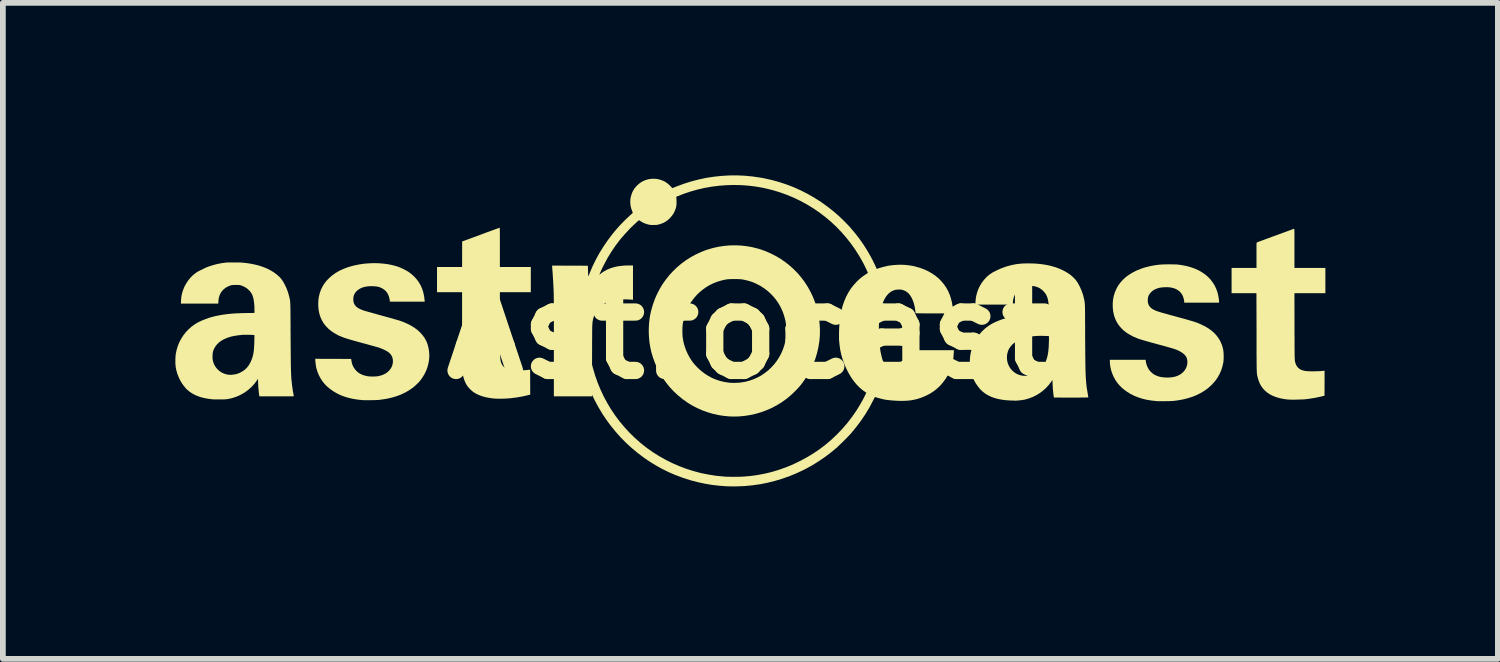
<source format=kicad_pcb>
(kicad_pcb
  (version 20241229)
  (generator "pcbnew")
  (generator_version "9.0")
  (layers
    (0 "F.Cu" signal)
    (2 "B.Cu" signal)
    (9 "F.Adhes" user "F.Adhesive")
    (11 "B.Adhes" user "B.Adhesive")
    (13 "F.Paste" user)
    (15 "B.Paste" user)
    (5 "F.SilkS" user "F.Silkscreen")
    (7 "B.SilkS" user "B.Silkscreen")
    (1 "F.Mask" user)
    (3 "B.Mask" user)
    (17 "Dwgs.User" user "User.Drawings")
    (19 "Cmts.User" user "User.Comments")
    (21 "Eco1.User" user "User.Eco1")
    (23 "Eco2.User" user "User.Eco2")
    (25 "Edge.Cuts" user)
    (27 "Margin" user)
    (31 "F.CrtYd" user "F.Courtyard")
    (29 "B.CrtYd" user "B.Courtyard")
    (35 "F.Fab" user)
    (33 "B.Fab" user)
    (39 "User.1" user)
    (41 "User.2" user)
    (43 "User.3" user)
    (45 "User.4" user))
  (footprint "Astrocast"
    (layer "F.Cu")
    (at 9.997 2.703)
    (property "Reference" "Astrocast" (at 0 0 0) (layer "F.SilkS") (effects (font (size 1.524 1.524) (thickness 0.3))))
    (attr board_only exclude_from_pos_files exclude_from_bom)
    (fp_poly (pts (xy -4.358 -1.792) (xy -4.358 -1.79) (xy -4.357 -1.786) (xy -4.356 -1.781) (xy -4.356 -1.773) (xy -4.355 -1.762) (xy -4.355 -1.748) (xy -4.355 -1.731) (xy -4.355 -1.71) (xy -4.354 -1.684) (xy -4.354 -1.654) (xy -4.354 -1.618) (xy -4.354 -1.578) (xy -4.354 -1.531) (xy -4.354 -1.478) (xy -4.354 -1.452) (xy -4.354 -1.11) (xy -3.816 -1.11) (xy -3.816 -0.671) (xy -4.354 -0.671) (xy -4.354 -0.166) (xy -4.354 -0.087) (xy -4.354 -0.015) (xy -4.354 0.051) (xy -4.354 0.111) (xy -4.354 0.165) (xy -4.353 0.214) (xy -4.353 0.258) (xy -4.353 0.298) (xy -4.352 0.333) (xy -4.351 0.365) (xy -4.351 0.392) (xy -4.35 0.417) (xy -4.349 0.438) (xy -4.348 0.456) (xy -4.347 0.472) (xy -4.346 0.486) (xy -4.344 0.498) (xy -4.343 0.509) (xy -4.341 0.518) (xy -4.341 0.521) (xy -4.331 0.556) (xy -4.318 0.586) (xy -4.3 0.612) (xy -4.278 0.634) (xy -4.251 0.652) (xy -4.219 0.666) (xy -4.181 0.677) (xy -4.138 0.684) (xy -4.135 0.684) (xy -4.121 0.686) (xy -4.102 0.686) (xy -4.078 0.687) (xy -4.051 0.687) (xy -4.022 0.687) (xy -3.992 0.686) (xy -3.963 0.686) (xy -3.935 0.685) (xy -3.91 0.684) (xy -3.889 0.682) (xy -3.876 0.681) (xy -3.861 0.679) (xy -3.848 0.678) (xy -3.839 0.677) (xy -3.837 0.677) (xy -3.828 0.676) (xy -3.827 0.893) (xy -3.826 1.11) (xy -3.839 1.113) (xy -3.954 1.14) (xy -4.068 1.16) (xy -4.185 1.174) (xy -4.24 1.178) (xy -4.268 1.179) (xy -4.299 1.18) (xy -4.333 1.181) (xy -4.366 1.181) (xy -4.399 1.18) (xy -4.428 1.179) (xy -4.453 1.178) (xy -4.455 1.178) (xy -4.525 1.169) (xy -4.592 1.157) (xy -4.655 1.14) (xy -4.712 1.12) (xy -4.765 1.095) (xy -4.809 1.069) (xy -4.826 1.056) (xy -4.845 1.04) (xy -4.866 1.021) (xy -4.885 1.001) (xy -4.903 0.981) (xy -4.917 0.964) (xy -4.923 0.955) (xy -4.95 0.909) (xy -4.971 0.86) (xy -4.988 0.806) (xy -5.001 0.748) (xy -5.008 0.695) (xy -5.008 0.687) (xy -5.009 0.672) (xy -5.009 0.651) (xy -5.009 0.623) (xy -5.01 0.588) (xy -5.01 0.548) (xy -5.01 0.501) (xy -5.011 0.449) (xy -5.011 0.39) (xy -5.011 0.326) (xy -5.011 0.256) (xy -5.011 0.18) (xy -5.011 0.099) (xy -5.011 0.013) (xy -5.011 -0.671) (xy -5.447 -0.671) (xy -5.447 -1.11) (xy -5.011 -1.11) (xy -5.01 -1.554) (xy -4.688 -1.672) (xy -4.643 -1.689) (xy -4.6 -1.705) (xy -4.559 -1.72) (xy -4.52 -1.734) (xy -4.485 -1.747) (xy -4.453 -1.758) (xy -4.425 -1.769) (xy -4.402 -1.777) (xy -4.383 -1.784) (xy -4.37 -1.789) (xy -4.362 -1.792) (xy -4.36 -1.793) (xy -4.359 -1.793)) (stroke (width 0) (type solid)) (fill yes) (layer "F.SilkS"))
    (fp_poly (pts (xy 9.46 -1.775) (xy 9.461 -1.773) (xy 9.461 -1.769) (xy 9.462 -1.764) (xy 9.462 -1.756) (xy 9.463 -1.745) (xy 9.463 -1.732) (xy 9.463 -1.714) (xy 9.464 -1.693) (xy 9.464 -1.668) (xy 9.464 -1.637) (xy 9.464 -1.602) (xy 9.464 -1.561) (xy 9.464 -1.514) (xy 9.464 -1.462) (xy 9.464 -1.435) (xy 9.464 -1.093) (xy 10.002 -1.093) (xy 10.002 -0.654) (xy 9.464 -0.654) (xy 9.465 -0.083) (xy 9.465 -0.008) (xy 9.465 0.06) (xy 9.466 0.121) (xy 9.466 0.177) (xy 9.466 0.227) (xy 9.466 0.272) (xy 9.466 0.313) (xy 9.467 0.348) (xy 9.467 0.38) (xy 9.467 0.408) (xy 9.468 0.432) (xy 9.468 0.452) (xy 9.469 0.47) (xy 9.47 0.486) (xy 9.47 0.499) (xy 9.471 0.51) (xy 9.472 0.519) (xy 9.473 0.527) (xy 9.474 0.535) (xy 9.476 0.541) (xy 9.477 0.547) (xy 9.479 0.554) (xy 9.481 0.56) (xy 9.481 0.562) (xy 9.493 0.592) (xy 9.509 0.62) (xy 9.53 0.644) (xy 9.554 0.664) (xy 9.565 0.67) (xy 9.584 0.679) (xy 9.605 0.687) (xy 9.627 0.693) (xy 9.651 0.698) (xy 9.678 0.701) (xy 9.71 0.703) (xy 9.747 0.704) (xy 9.784 0.705) (xy 9.816 0.704) (xy 9.844 0.704) (xy 9.868 0.703) (xy 9.892 0.702) (xy 9.917 0.7) (xy 9.945 0.698) (xy 9.965 0.696) (xy 9.988 0.694) (xy 9.988 0.911) (xy 9.987 1.128) (xy 9.95 1.138) (xy 9.892 1.151) (xy 9.829 1.164) (xy 9.764 1.175) (xy 9.698 1.185) (xy 9.653 1.19) (xy 9.634 1.192) (xy 9.61 1.193) (xy 9.582 1.194) (xy 9.552 1.195) (xy 9.519 1.196) (xy 9.486 1.197) (xy 9.454 1.197) (xy 9.423 1.197) (xy 9.396 1.197) (xy 9.372 1.196) (xy 9.354 1.195) (xy 9.348 1.195) (xy 9.275 1.185) (xy 9.208 1.171) (xy 9.146 1.153) (xy 9.089 1.131) (xy 9.037 1.105) (xy 8.991 1.074) (xy 8.95 1.039) (xy 8.914 1) (xy 8.883 0.957) (xy 8.858 0.909) (xy 8.838 0.857) (xy 8.826 0.817) (xy 8.824 0.808) (xy 8.822 0.799) (xy 8.82 0.791) (xy 8.818 0.783) (xy 8.816 0.775) (xy 8.815 0.766) (xy 8.813 0.757) (xy 8.812 0.747) (xy 8.811 0.735) (xy 8.81 0.722) (xy 8.809 0.707) (xy 8.809 0.69) (xy 8.808 0.67) (xy 8.807 0.648) (xy 8.807 0.622) (xy 8.807 0.593) (xy 8.806 0.56) (xy 8.806 0.523) (xy 8.806 0.482) (xy 8.805 0.436) (xy 8.805 0.385) (xy 8.805 0.33) (xy 8.805 0.268) (xy 8.805 0.201) (xy 8.805 0.127) (xy 8.805 0.048) (xy 8.805 0.025) (xy 8.803 -0.654) (xy 8.371 -0.654) (xy 8.371 -1.093) (xy 8.804 -1.093) (xy 8.804 -1.314) (xy 8.804 -1.358) (xy 8.804 -1.396) (xy 8.804 -1.428) (xy 8.804 -1.455) (xy 8.804 -1.477) (xy 8.804 -1.495) (xy 8.805 -1.508) (xy 8.805 -1.519) (xy 8.806 -1.526) (xy 8.807 -1.531) (xy 8.807 -1.534) (xy 8.808 -1.536) (xy 8.81 -1.537) (xy 8.81 -1.537) (xy 8.814 -1.538) (xy 8.824 -1.542) (xy 8.839 -1.548) (xy 8.859 -1.555) (xy 8.885 -1.565) (xy 8.914 -1.575) (xy 8.947 -1.588) (xy 8.983 -1.601) (xy 9.023 -1.615) (xy 9.064 -1.631) (xy 9.108 -1.647) (xy 9.134 -1.656) (xy 9.179 -1.673) (xy 9.221 -1.688) (xy 9.262 -1.703) (xy 9.3 -1.717) (xy 9.335 -1.73) (xy 9.367 -1.742) (xy 9.395 -1.752) (xy 9.418 -1.761) (xy 9.436 -1.767) (xy 9.449 -1.772) (xy 9.457 -1.775) (xy 9.458 -1.775) (xy 9.459 -1.776)) (stroke (width 0) (type solid)) (fill yes) (layer "F.SilkS"))
    (fp_poly (pts (xy -0.162 -1.483) (xy -0.064 -1.472) (xy 0.033 -1.455) (xy 0.129 -1.431) (xy 0.174 -1.418) (xy 0.269 -1.384) (xy 0.36 -1.344) (xy 0.448 -1.299) (xy 0.532 -1.249) (xy 0.612 -1.193) (xy 0.688 -1.133) (xy 0.76 -1.067) (xy 0.828 -0.998) (xy 0.89 -0.924) (xy 0.948 -0.846) (xy 1.001 -0.764) (xy 1.048 -0.679) (xy 1.09 -0.591) (xy 1.126 -0.499) (xy 1.156 -0.405) (xy 1.179 -0.312) (xy 1.197 -0.216) (xy 1.207 -0.119) (xy 1.212 -0.021) (xy 1.211 0.077) (xy 1.203 0.174) (xy 1.2 0.197) (xy 1.183 0.296) (xy 1.16 0.394) (xy 1.131 0.489) (xy 1.095 0.582) (xy 1.053 0.672) (xy 1.005 0.76) (xy 0.95 0.845) (xy 0.89 0.928) (xy 0.88 0.94) (xy 0.849 0.977) (xy 0.813 1.016) (xy 0.773 1.056) (xy 0.732 1.096) (xy 0.69 1.134) (xy 0.648 1.169) (xy 0.622 1.189) (xy 0.542 1.246) (xy 0.458 1.297) (xy 0.371 1.343) (xy 0.281 1.382) (xy 0.188 1.416) (xy 0.093 1.444) (xy -0.003 1.465) (xy -0.1 1.48) (xy -0.199 1.489) (xy -0.298 1.491) (xy -0.359 1.489) (xy -0.457 1.48) (xy -0.554 1.465) (xy -0.65 1.443) (xy -0.745 1.415) (xy -0.838 1.381) (xy -0.928 1.341) (xy -0.94 1.334) (xy -0.969 1.32) (xy -0.993 1.307) (xy -1.016 1.294) (xy -1.039 1.281) (xy -1.063 1.266) (xy -1.091 1.248) (xy -1.101 1.241) (xy -1.183 1.183) (xy -1.26 1.119) (xy -1.332 1.052) (xy -1.4 0.979) (xy -1.462 0.903) (xy -1.519 0.822) (xy -1.571 0.738) (xy -1.617 0.65) (xy -1.657 0.559) (xy -1.691 0.466) (xy -1.72 0.369) (xy -1.723 0.357) (xy -1.738 0.286) (xy -1.75 0.216) (xy -1.758 0.146) (xy -1.763 0.074) (xy -1.765 0.002) (xy -1.18 0.002) (xy -1.179 0.039) (xy -1.178 0.073) (xy -1.176 0.104) (xy -1.173 0.124) (xy -1.16 0.199) (xy -1.14 0.27) (xy -1.116 0.338) (xy -1.088 0.4) (xy -1.059 0.455) (xy -1.028 0.505) (xy -0.995 0.552) (xy -0.957 0.597) (xy -0.914 0.642) (xy -0.913 0.643) (xy -0.854 0.697) (xy -0.792 0.744) (xy -0.727 0.786) (xy -0.659 0.822) (xy -0.588 0.851) (xy -0.513 0.875) (xy -0.436 0.892) (xy -0.356 0.903) (xy -0.354 0.903) (xy -0.337 0.904) (xy -0.315 0.905) (xy -0.29 0.905) (xy -0.262 0.905) (xy -0.235 0.904) (xy -0.209 0.903) (xy -0.187 0.902) (xy -0.174 0.9) (xy -0.096 0.888) (xy -0.02 0.869) (xy 0.053 0.844) (xy 0.124 0.813) (xy 0.192 0.776) (xy 0.256 0.732) (xy 0.317 0.684) (xy 0.362 0.641) (xy 0.415 0.584) (xy 0.462 0.523) (xy 0.503 0.46) (xy 0.538 0.394) (xy 0.568 0.325) (xy 0.592 0.255) (xy 0.61 0.183) (xy 0.622 0.111) (xy 0.628 0.037) (xy 0.628 -0.036) (xy 0.622 -0.11) (xy 0.61 -0.183) (xy 0.591 -0.255) (xy 0.567 -0.326) (xy 0.537 -0.395) (xy 0.5 -0.463) (xy 0.467 -0.514) (xy 0.42 -0.576) (xy 0.367 -0.634) (xy 0.31 -0.687) (xy 0.249 -0.734) (xy 0.184 -0.777) (xy 0.124 -0.809) (xy 0.09 -0.825) (xy 0.059 -0.839) (xy 0.03 -0.85) (xy 0.001 -0.86) (xy -0.029 -0.869) (xy -0.053 -0.875) (xy -0.083 -0.882) (xy -0.109 -0.888) (xy -0.134 -0.893) (xy -0.158 -0.896) (xy -0.183 -0.898) (xy -0.21 -0.899) (xy -0.241 -0.9) (xy -0.278 -0.9) (xy -0.279 -0.9) (xy -0.316 -0.9) (xy -0.347 -0.899) (xy -0.374 -0.898) (xy -0.4 -0.895) (xy -0.424 -0.892) (xy -0.45 -0.887) (xy -0.477 -0.881) (xy -0.497 -0.876) (xy -0.568 -0.855) (xy -0.638 -0.828) (xy -0.706 -0.795) (xy -0.771 -0.756) (xy -0.833 -0.711) (xy -0.891 -0.662) (xy -0.93 -0.623) (xy -0.982 -0.564) (xy -1.028 -0.501) (xy -1.069 -0.435) (xy -1.103 -0.365) (xy -1.132 -0.293) (xy -1.154 -0.217) (xy -1.17 -0.139) (xy -1.172 -0.131) (xy -1.175 -0.103) (xy -1.178 -0.071) (xy -1.179 -0.035) (xy -1.18 0.002) (xy -1.765 0.002) (xy -1.765 0.002) (xy -1.763 -0.074) (xy -1.758 -0.147) (xy -1.75 -0.216) (xy -1.738 -0.286) (xy -1.722 -0.354) (xy -1.695 -0.45) (xy -1.662 -0.544) (xy -1.623 -0.634) (xy -1.578 -0.722) (xy -1.528 -0.806) (xy -1.472 -0.886) (xy -1.412 -0.962) (xy -1.346 -1.034) (xy -1.276 -1.102) (xy -1.202 -1.165) (xy -1.124 -1.223) (xy -1.041 -1.276) (xy -0.955 -1.324) (xy -0.865 -1.366) (xy -0.773 -1.403) (xy -0.748 -1.411) (xy -0.653 -1.439) (xy -0.556 -1.461) (xy -0.458 -1.476) (xy -0.36 -1.485) (xy -0.261 -1.487)) (stroke (width 0) (type solid)) (fill yes) (layer "F.SilkS"))
    (fp_poly (pts (xy -6.463 -1.175) (xy -6.384 -1.169) (xy -6.306 -1.159) (xy -6.23 -1.144) (xy -6.158 -1.125) (xy -6.128 -1.115) (xy -6.108 -1.108) (xy -6.084 -1.098) (xy -6.059 -1.087) (xy -6.037 -1.077) (xy -6.031 -1.074) (xy -5.985 -1.05) (xy -5.943 -1.025) (xy -5.906 -0.998) (xy -5.87 -0.968) (xy -5.835 -0.934) (xy -5.833 -0.932) (xy -5.793 -0.886) (xy -5.759 -0.838) (xy -5.73 -0.787) (xy -5.706 -0.732) (xy -5.687 -0.673) (xy -5.673 -0.61) (xy -5.664 -0.542) (xy -5.663 -0.532) (xy -5.661 -0.507) (xy -6.266 -0.507) (xy -6.27 -0.538) (xy -6.279 -0.582) (xy -6.293 -0.622) (xy -6.312 -0.658) (xy -6.337 -0.69) (xy -6.366 -0.716) (xy -6.4 -0.738) (xy -6.439 -0.756) (xy -6.448 -0.759) (xy -6.477 -0.767) (xy -6.509 -0.772) (xy -6.544 -0.775) (xy -6.584 -0.776) (xy -6.585 -0.776) (xy -6.635 -0.775) (xy -6.679 -0.769) (xy -6.72 -0.761) (xy -6.756 -0.748) (xy -6.784 -0.735) (xy -6.819 -0.713) (xy -6.848 -0.688) (xy -6.871 -0.66) (xy -6.888 -0.63) (xy -6.899 -0.596) (xy -6.903 -0.56) (xy -6.903 -0.536) (xy -6.899 -0.505) (xy -6.891 -0.477) (xy -6.878 -0.452) (xy -6.861 -0.43) (xy -6.839 -0.41) (xy -6.812 -0.392) (xy -6.778 -0.375) (xy -6.739 -0.359) (xy -6.72 -0.352) (xy -6.709 -0.349) (xy -6.693 -0.344) (xy -6.671 -0.338) (xy -6.644 -0.33) (xy -6.613 -0.322) (xy -6.579 -0.312) (xy -6.542 -0.302) (xy -6.503 -0.291) (xy -6.462 -0.279) (xy -6.42 -0.268) (xy -6.412 -0.265) (xy -6.359 -0.251) (xy -6.313 -0.238) (xy -6.272 -0.227) (xy -6.236 -0.217) (xy -6.204 -0.208) (xy -6.177 -0.2) (xy -6.153 -0.193) (xy -6.133 -0.187) (xy -6.115 -0.182) (xy -6.099 -0.177) (xy -6.084 -0.172) (xy -6.071 -0.167) (xy -6.058 -0.162) (xy -6.045 -0.158) (xy -6.032 -0.153) (xy -6.027 -0.151) (xy -5.961 -0.122) (xy -5.9 -0.091) (xy -5.845 -0.057) (xy -5.795 -0.021) (xy -5.75 0.019) (xy -5.735 0.035) (xy -5.696 0.079) (xy -5.663 0.124) (xy -5.636 0.173) (xy -5.615 0.224) (xy -5.599 0.279) (xy -5.588 0.338) (xy -5.583 0.382) (xy -5.581 0.446) (xy -5.586 0.51) (xy -5.598 0.574) (xy -5.615 0.637) (xy -5.638 0.699) (xy -5.668 0.759) (xy -5.703 0.816) (xy -5.738 0.863) (xy -5.754 0.883) (xy -5.775 0.905) (xy -5.799 0.928) (xy -5.823 0.951) (xy -5.847 0.972) (xy -5.869 0.991) (xy -5.874 0.994) (xy -5.937 1.037) (xy -6.004 1.075) (xy -6.075 1.109) (xy -6.151 1.137) (xy -6.231 1.161) (xy -6.317 1.181) (xy -6.407 1.195) (xy -6.461 1.202) (xy -6.477 1.203) (xy -6.499 1.204) (xy -6.525 1.205) (xy -6.554 1.206) (xy -6.584 1.206) (xy -6.616 1.207) (xy -6.647 1.207) (xy -6.676 1.207) (xy -6.703 1.207) (xy -6.725 1.206) (xy -6.741 1.205) (xy -6.742 1.205) (xy -6.829 1.196) (xy -6.911 1.183) (xy -6.988 1.165) (xy -7.061 1.143) (xy -7.129 1.117) (xy -7.193 1.085) (xy -7.254 1.049) (xy -7.311 1.008) (xy -7.36 0.967) (xy -7.402 0.924) (xy -7.44 0.877) (xy -7.473 0.826) (xy -7.502 0.771) (xy -7.526 0.713) (xy -7.544 0.654) (xy -7.551 0.622) (xy -7.554 0.603) (xy -7.557 0.58) (xy -7.56 0.556) (xy -7.562 0.533) (xy -7.564 0.512) (xy -7.564 0.496) (xy -7.565 0.487) (xy -7.252 0.488) (xy -6.94 0.489) (xy -6.937 0.512) (xy -6.929 0.556) (xy -6.915 0.599) (xy -6.895 0.638) (xy -6.87 0.674) (xy -6.849 0.698) (xy -6.819 0.724) (xy -6.786 0.746) (xy -6.749 0.764) (xy -6.707 0.778) (xy -6.66 0.788) (xy -6.659 0.789) (xy -6.637 0.792) (xy -6.611 0.794) (xy -6.583 0.795) (xy -6.553 0.795) (xy -6.524 0.794) (xy -6.498 0.792) (xy -6.476 0.79) (xy -6.47 0.789) (xy -6.423 0.777) (xy -6.381 0.762) (xy -6.345 0.744) (xy -6.312 0.722) (xy -6.287 0.699) (xy -6.26 0.668) (xy -6.239 0.635) (xy -6.225 0.6) (xy -6.216 0.561) (xy -6.214 0.54) (xy -6.215 0.503) (xy -6.222 0.468) (xy -6.235 0.437) (xy -6.254 0.408) (xy -6.28 0.381) (xy -6.305 0.363) (xy -6.327 0.349) (xy -6.353 0.336) (xy -6.382 0.322) (xy -6.413 0.309) (xy -6.442 0.298) (xy -6.446 0.296) (xy -6.456 0.293) (xy -6.472 0.288) (xy -6.493 0.282) (xy -6.519 0.275) (xy -6.549 0.266) (xy -6.583 0.257) (xy -6.619 0.247) (xy -6.657 0.236) (xy -6.696 0.225) (xy -6.725 0.218) (xy -6.783 0.202) (xy -6.835 0.188) (xy -6.881 0.175) (xy -6.922 0.163) (xy -6.958 0.153) (xy -6.991 0.143) (xy -7.02 0.134) (xy -7.045 0.126) (xy -7.068 0.118) (xy -7.089 0.11) (xy -7.108 0.103) (xy -7.126 0.095) (xy -7.143 0.088) (xy -7.161 0.08) (xy -7.178 0.071) (xy -7.237 0.038) (xy -7.291 0.001) (xy -7.339 -0.039) (xy -7.381 -0.083) (xy -7.418 -0.13) (xy -7.448 -0.181) (xy -7.473 -0.235) (xy -7.492 -0.293) (xy -7.505 -0.354) (xy -7.512 -0.419) (xy -7.513 -0.467) (xy -7.51 -0.534) (xy -7.501 -0.598) (xy -7.485 -0.66) (xy -7.463 -0.72) (xy -7.435 -0.776) (xy -7.43 -0.785) (xy -7.4 -0.83) (xy -7.364 -0.875) (xy -7.322 -0.918) (xy -7.277 -0.958) (xy -7.227 -0.995) (xy -7.204 -1.01) (xy -7.145 -1.044) (xy -7.08 -1.074) (xy -7.011 -1.101) (xy -6.939 -1.123) (xy -6.863 -1.142) (xy -6.785 -1.157) (xy -6.706 -1.168) (xy -6.625 -1.174) (xy -6.544 -1.177)) (stroke (width 0) (type solid)) (fill yes) (layer "F.SilkS"))
    (fp_poly (pts (xy 7.322 -1.156) (xy 7.353 -1.155) (xy 7.38 -1.155) (xy 7.404 -1.154) (xy 7.425 -1.153) (xy 7.445 -1.151) (xy 7.466 -1.148) (xy 7.487 -1.145) (xy 7.512 -1.141) (xy 7.518 -1.14) (xy 7.595 -1.125) (xy 7.667 -1.104) (xy 7.735 -1.08) (xy 7.799 -1.051) (xy 7.857 -1.017) (xy 7.911 -0.98) (xy 7.96 -0.938) (xy 8.004 -0.893) (xy 8.042 -0.843) (xy 8.075 -0.791) (xy 8.102 -0.734) (xy 8.124 -0.675) (xy 8.139 -0.613) (xy 8.144 -0.586) (xy 8.148 -0.56) (xy 8.151 -0.536) (xy 8.153 -0.516) (xy 8.153 -0.505) (xy 8.153 -0.49) (xy 7.547 -0.49) (xy 7.547 -0.504) (xy 7.547 -0.514) (xy 7.545 -0.528) (xy 7.542 -0.543) (xy 7.542 -0.544) (xy 7.53 -0.586) (xy 7.514 -0.624) (xy 7.492 -0.657) (xy 7.465 -0.686) (xy 7.433 -0.71) (xy 7.396 -0.73) (xy 7.355 -0.744) (xy 7.309 -0.754) (xy 7.292 -0.756) (xy 7.269 -0.758) (xy 7.242 -0.759) (xy 7.213 -0.758) (xy 7.183 -0.757) (xy 7.156 -0.754) (xy 7.132 -0.751) (xy 7.124 -0.75) (xy 7.078 -0.737) (xy 7.036 -0.72) (xy 7 -0.698) (xy 6.97 -0.672) (xy 6.947 -0.645) (xy 6.93 -0.617) (xy 6.919 -0.586) (xy 6.914 -0.552) (xy 6.913 -0.534) (xy 6.915 -0.499) (xy 6.922 -0.468) (xy 6.934 -0.441) (xy 6.951 -0.416) (xy 6.974 -0.394) (xy 7.003 -0.374) (xy 7.038 -0.356) (xy 7.055 -0.349) (xy 7.064 -0.346) (xy 7.072 -0.343) (xy 7.082 -0.339) (xy 7.093 -0.336) (xy 7.106 -0.331) (xy 7.121 -0.327) (xy 7.139 -0.321) (xy 7.16 -0.315) (xy 7.185 -0.308) (xy 7.214 -0.3) (xy 7.247 -0.291) (xy 7.285 -0.28) (xy 7.328 -0.268) (xy 7.377 -0.255) (xy 7.431 -0.24) (xy 7.486 -0.225) (xy 7.534 -0.212) (xy 7.577 -0.2) (xy 7.615 -0.189) (xy 7.649 -0.179) (xy 7.679 -0.171) (xy 7.705 -0.163) (xy 7.728 -0.155) (xy 7.749 -0.148) (xy 7.768 -0.142) (xy 7.785 -0.135) (xy 7.802 -0.128) (xy 7.818 -0.121) (xy 7.834 -0.114) (xy 7.851 -0.106) (xy 7.866 -0.099) (xy 7.929 -0.066) (xy 7.987 -0.029) (xy 8.038 0.01) (xy 8.084 0.053) (xy 8.123 0.099) (xy 8.156 0.147) (xy 8.184 0.2) (xy 8.206 0.255) (xy 8.222 0.314) (xy 8.226 0.334) (xy 8.229 0.358) (xy 8.232 0.387) (xy 8.233 0.419) (xy 8.233 0.452) (xy 8.233 0.485) (xy 8.231 0.515) (xy 8.229 0.541) (xy 8.227 0.55) (xy 8.212 0.619) (xy 8.191 0.686) (xy 8.163 0.749) (xy 8.13 0.809) (xy 8.09 0.866) (xy 8.045 0.919) (xy 8.013 0.951) (xy 7.958 1) (xy 7.898 1.043) (xy 7.833 1.082) (xy 7.764 1.117) (xy 7.69 1.147) (xy 7.611 1.172) (xy 7.527 1.193) (xy 7.438 1.209) (xy 7.377 1.217) (xy 7.36 1.219) (xy 7.337 1.22) (xy 7.31 1.222) (xy 7.28 1.223) (xy 7.247 1.223) (xy 7.213 1.224) (xy 7.18 1.224) (xy 7.147 1.224) (xy 7.118 1.224) (xy 7.092 1.224) (xy 7.07 1.223) (xy 7.061 1.222) (xy 6.974 1.212) (xy 6.893 1.199) (xy 6.817 1.18) (xy 6.745 1.157) (xy 6.677 1.13) (xy 6.613 1.098) (xy 6.553 1.06) (xy 6.495 1.018) (xy 6.46 0.988) (xy 6.419 0.947) (xy 6.381 0.901) (xy 6.348 0.851) (xy 6.319 0.798) (xy 6.295 0.742) (xy 6.276 0.685) (xy 6.263 0.627) (xy 6.255 0.569) (xy 6.254 0.532) (xy 6.254 0.504) (xy 6.876 0.504) (xy 6.878 0.524) (xy 6.886 0.566) (xy 6.899 0.608) (xy 6.917 0.647) (xy 6.934 0.676) (xy 6.949 0.695) (xy 6.968 0.716) (xy 6.99 0.735) (xy 7.012 0.752) (xy 7.025 0.761) (xy 7.062 0.779) (xy 7.102 0.794) (xy 7.146 0.804) (xy 7.194 0.81) (xy 7.23 0.813) (xy 7.287 0.812) (xy 7.341 0.807) (xy 7.389 0.797) (xy 7.434 0.781) (xy 7.474 0.761) (xy 7.51 0.735) (xy 7.538 0.708) (xy 7.561 0.679) (xy 7.579 0.647) (xy 7.592 0.613) (xy 7.6 0.578) (xy 7.603 0.543) (xy 7.6 0.509) (xy 7.592 0.476) (xy 7.583 0.456) (xy 7.569 0.434) (xy 7.548 0.411) (xy 7.522 0.389) (xy 7.492 0.369) (xy 7.462 0.352) (xy 7.45 0.346) (xy 7.439 0.341) (xy 7.427 0.336) (xy 7.415 0.33) (xy 7.401 0.325) (xy 7.387 0.32) (xy 7.37 0.314) (xy 7.351 0.308) (xy 7.329 0.302) (xy 7.303 0.294) (xy 7.274 0.286) (xy 7.24 0.276) (xy 7.201 0.265) (xy 7.157 0.253) (xy 7.107 0.24) (xy 7.078 0.232) (xy 7.025 0.217) (xy 6.978 0.205) (xy 6.937 0.193) (xy 6.901 0.183) (xy 6.869 0.174) (xy 6.841 0.166) (xy 6.817 0.159) (xy 6.796 0.152) (xy 6.777 0.146) (xy 6.76 0.141) (xy 6.745 0.135) (xy 6.73 0.13) (xy 6.724 0.127) (xy 6.656 0.098) (xy 6.595 0.065) (xy 6.54 0.03) (xy 6.49 -0.009) (xy 6.447 -0.052) (xy 6.409 -0.098) (xy 6.377 -0.147) (xy 6.351 -0.2) (xy 6.33 -0.256) (xy 6.316 -0.316) (xy 6.31 -0.347) (xy 6.304 -0.416) (xy 6.304 -0.483) (xy 6.31 -0.548) (xy 6.323 -0.611) (xy 6.342 -0.671) (xy 6.367 -0.729) (xy 6.398 -0.785) (xy 6.436 -0.837) (xy 6.455 -0.86) (xy 6.498 -0.904) (xy 6.546 -0.946) (xy 6.601 -0.984) (xy 6.66 -1.019) (xy 6.724 -1.051) (xy 6.792 -1.078) (xy 6.864 -1.102) (xy 6.939 -1.121) (xy 6.965 -1.127) (xy 7.003 -1.134) (xy 7.038 -1.14) (xy 7.071 -1.145) (xy 7.104 -1.149) (xy 7.137 -1.152) (xy 7.172 -1.154) (xy 7.211 -1.155) (xy 7.254 -1.156) (xy 7.285 -1.156)) (stroke (width 0) (type solid)) (fill yes) (layer "F.SilkS"))
    (fp_poly (pts (xy 4.917 -1.171) (xy 4.974 -1.168) (xy 5.03 -1.163) (xy 5.081 -1.157) (xy 5.154 -1.145) (xy 5.225 -1.13) (xy 5.293 -1.11) (xy 5.357 -1.088) (xy 5.418 -1.062) (xy 5.475 -1.033) (xy 5.527 -1.002) (xy 5.575 -0.968) (xy 5.617 -0.931) (xy 5.654 -0.893) (xy 5.684 -0.852) (xy 5.693 -0.839) (xy 5.73 -0.771) (xy 5.761 -0.701) (xy 5.787 -0.628) (xy 5.806 -0.553) (xy 5.817 -0.49) (xy 5.817 -0.483) (xy 5.818 -0.475) (xy 5.819 -0.466) (xy 5.82 -0.455) (xy 5.82 -0.442) (xy 5.821 -0.426) (xy 5.821 -0.408) (xy 5.822 -0.386) (xy 5.822 -0.36) (xy 5.822 -0.33) (xy 5.823 -0.295) (xy 5.823 -0.255) (xy 5.823 -0.21) (xy 5.823 -0.159) (xy 5.824 -0.102) (xy 5.824 -0.082) (xy 5.824 0.014) (xy 5.824 0.103) (xy 5.825 0.185) (xy 5.825 0.262) (xy 5.826 0.333) (xy 5.826 0.399) (xy 5.827 0.46) (xy 5.828 0.516) (xy 5.828 0.568) (xy 5.829 0.616) (xy 5.83 0.66) (xy 5.831 0.701) (xy 5.832 0.738) (xy 5.834 0.773) (xy 5.835 0.805) (xy 5.837 0.834) (xy 5.839 0.862) (xy 5.841 0.888) (xy 5.843 0.913) (xy 5.846 0.937) (xy 5.848 0.96) (xy 5.851 0.982) (xy 5.855 1.005) (xy 5.858 1.027) (xy 5.862 1.05) (xy 5.866 1.074) (xy 5.868 1.085) (xy 5.871 1.106) (xy 5.874 1.125) (xy 5.877 1.14) (xy 5.879 1.151) (xy 5.879 1.157) (xy 5.879 1.157) (xy 5.876 1.158) (xy 5.867 1.159) (xy 5.851 1.159) (xy 5.83 1.16) (xy 5.801 1.16) (xy 5.766 1.16) (xy 5.725 1.161) (xy 5.677 1.161) (xy 5.622 1.161) (xy 5.58 1.161) (xy 5.535 1.161) (xy 5.493 1.161) (xy 5.453 1.161) (xy 5.416 1.161) (xy 5.382 1.16) (xy 5.352 1.16) (xy 5.327 1.16) (xy 5.307 1.16) (xy 5.292 1.16) (xy 5.283 1.159) (xy 5.28 1.159) (xy 5.28 1.155) (xy 5.278 1.146) (xy 5.277 1.133) (xy 5.275 1.124) (xy 5.271 1.095) (xy 5.268 1.061) (xy 5.264 1.023) (xy 5.261 0.984) (xy 5.259 0.945) (xy 5.258 0.917) (xy 5.255 0.855) (xy 5.236 0.883) (xy 5.193 0.94) (xy 5.145 0.992) (xy 5.093 1.04) (xy 5.037 1.082) (xy 4.977 1.119) (xy 4.914 1.15) (xy 4.849 1.175) (xy 4.781 1.195) (xy 4.737 1.203) (xy 4.724 1.205) (xy 4.707 1.207) (xy 4.687 1.209) (xy 4.667 1.211) (xy 4.647 1.213) (xy 4.629 1.214) (xy 4.614 1.215) (xy 4.605 1.215) (xy 4.604 1.215) (xy 4.599 1.214) (xy 4.588 1.214) (xy 4.572 1.213) (xy 4.554 1.213) (xy 4.532 1.212) (xy 4.528 1.212) (xy 4.45 1.207) (xy 4.377 1.198) (xy 4.309 1.185) (xy 4.247 1.168) (xy 4.189 1.147) (xy 4.136 1.121) (xy 4.087 1.092) (xy 4.042 1.057) (xy 4.001 1.018) (xy 3.967 0.977) (xy 3.926 0.92) (xy 3.892 0.86) (xy 3.865 0.797) (xy 3.844 0.732) (xy 3.829 0.665) (xy 3.82 0.596) (xy 3.82 0.587) (xy 3.819 0.515) (xy 3.822 0.472) (xy 4.464 0.472) (xy 4.468 0.518) (xy 4.478 0.562) (xy 4.495 0.604) (xy 4.518 0.644) (xy 4.546 0.68) (xy 4.561 0.695) (xy 4.596 0.725) (xy 4.634 0.749) (xy 4.675 0.766) (xy 4.719 0.778) (xy 4.765 0.783) (xy 4.814 0.781) (xy 4.841 0.778) (xy 4.89 0.767) (xy 4.936 0.751) (xy 4.979 0.728) (xy 5.019 0.701) (xy 5.055 0.668) (xy 5.081 0.638) (xy 5.11 0.593) (xy 5.135 0.544) (xy 5.155 0.491) (xy 5.171 0.433) (xy 5.182 0.369) (xy 5.183 0.362) (xy 5.185 0.343) (xy 5.187 0.321) (xy 5.189 0.296) (xy 5.191 0.27) (xy 5.192 0.242) (xy 5.193 0.215) (xy 5.194 0.188) (xy 5.195 0.163) (xy 5.195 0.14) (xy 5.195 0.121) (xy 5.195 0.106) (xy 5.194 0.096) (xy 5.193 0.092) (xy 5.193 0.092) (xy 5.188 0.092) (xy 5.179 0.091) (xy 5.164 0.09) (xy 5.147 0.09) (xy 5.126 0.089) (xy 5.125 0.089) (xy 5.052 0.087) (xy 4.982 0.089) (xy 4.914 0.095) (xy 4.85 0.105) (xy 4.79 0.119) (xy 4.733 0.136) (xy 4.682 0.157) (xy 4.635 0.181) (xy 4.594 0.208) (xy 4.558 0.238) (xy 4.557 0.24) (xy 4.527 0.274) (xy 4.502 0.31) (xy 4.484 0.349) (xy 4.472 0.391) (xy 4.466 0.424) (xy 4.464 0.472) (xy 3.822 0.472) (xy 3.824 0.444) (xy 3.836 0.375) (xy 3.854 0.307) (xy 3.878 0.242) (xy 3.907 0.179) (xy 3.943 0.12) (xy 3.983 0.064) (xy 4.029 0.011) (xy 4.08 -0.037) (xy 4.136 -0.081) (xy 4.156 -0.094) (xy 4.203 -0.123) (xy 4.257 -0.15) (xy 4.315 -0.175) (xy 4.378 -0.199) (xy 4.444 -0.219) (xy 4.512 -0.237) (xy 4.549 -0.245) (xy 4.603 -0.255) (xy 4.659 -0.264) (xy 4.717 -0.272) (xy 4.778 -0.278) (xy 4.842 -0.283) (xy 4.911 -0.287) (xy 4.985 -0.29) (xy 5.064 -0.292) (xy 5.196 -0.294) (xy 5.194 -0.374) (xy 5.192 -0.43) (xy 5.187 -0.48) (xy 5.181 -0.524) (xy 5.172 -0.563) (xy 5.16 -0.598) (xy 5.146 -0.628) (xy 5.129 -0.654) (xy 5.126 -0.658) (xy 5.095 -0.693) (xy 5.061 -0.723) (xy 5.023 -0.747) (xy 4.982 -0.764) (xy 4.938 -0.776) (xy 4.891 -0.782) (xy 4.852 -0.781) (xy 4.815 -0.778) (xy 4.783 -0.771) (xy 4.752 -0.761) (xy 4.73 -0.751) (xy 4.691 -0.728) (xy 4.658 -0.702) (xy 4.63 -0.672) (xy 4.607 -0.639) (xy 4.603 -0.63) (xy 4.586 -0.591) (xy 4.575 -0.552) (xy 4.569 -0.512) (xy 4.568 -0.489) (xy 4.567 -0.456) (xy 3.919 -0.456) (xy 3.917 -0.465) (xy 3.916 -0.473) (xy 3.916 -0.486) (xy 3.917 -0.503) (xy 3.919 -0.523) (xy 3.921 -0.545) (xy 3.923 -0.566) (xy 3.926 -0.586) (xy 3.929 -0.602) (xy 3.944 -0.662) (xy 3.965 -0.721) (xy 3.992 -0.778) (xy 4.025 -0.832) (xy 4.062 -0.883) (xy 4.104 -0.929) (xy 4.119 -0.943) (xy 4.143 -0.964) (xy 4.167 -0.983) (xy 4.193 -1) (xy 4.216 -1.015) (xy 4.294 -1.055) (xy 4.374 -1.09) (xy 4.458 -1.12) (xy 4.544 -1.143) (xy 4.631 -1.16) (xy 4.651 -1.162) (xy 4.696 -1.167) (xy 4.747 -1.171) (xy 4.801 -1.172) (xy 4.858 -1.172)) (stroke (width 0) (type solid)) (fill yes) (layer "F.SilkS"))
    (fp_poly (pts (xy -8.97 -1.189) (xy -8.937 -1.189) (xy -8.905 -1.189) (xy -8.876 -1.188) (xy -8.85 -1.187) (xy -8.829 -1.185) (xy -8.828 -1.185) (xy -8.736 -1.175) (xy -8.65 -1.16) (xy -8.568 -1.141) (xy -8.492 -1.118) (xy -8.42 -1.09) (xy -8.353 -1.058) (xy -8.292 -1.021) (xy -8.235 -0.98) (xy -8.225 -0.971) (xy -8.198 -0.947) (xy -8.175 -0.925) (xy -8.155 -0.901) (xy -8.136 -0.875) (xy -8.118 -0.846) (xy -8.099 -0.812) (xy -8.098 -0.81) (xy -8.065 -0.741) (xy -8.038 -0.669) (xy -8.018 -0.597) (xy -8.015 -0.586) (xy -8.013 -0.576) (xy -8.01 -0.566) (xy -8.008 -0.557) (xy -8.006 -0.548) (xy -8.005 -0.538) (xy -8.003 -0.528) (xy -8.002 -0.517) (xy -8.001 -0.504) (xy -8 -0.49) (xy -7.999 -0.474) (xy -7.998 -0.455) (xy -7.998 -0.434) (xy -7.997 -0.409) (xy -7.996 -0.382) (xy -7.996 -0.35) (xy -7.996 -0.314) (xy -7.995 -0.274) (xy -7.995 -0.229) (xy -7.995 -0.179) (xy -7.994 -0.124) (xy -7.994 -0.062) (xy -7.994 0.005) (xy -7.993 0.068) (xy -7.993 0.151) (xy -7.992 0.227) (xy -7.992 0.297) (xy -7.991 0.361) (xy -7.991 0.419) (xy -7.99 0.473) (xy -7.99 0.522) (xy -7.989 0.566) (xy -7.989 0.606) (xy -7.988 0.642) (xy -7.987 0.675) (xy -7.986 0.705) (xy -7.985 0.732) (xy -7.985 0.756) (xy -7.983 0.779) (xy -7.982 0.799) (xy -7.981 0.818) (xy -7.98 0.836) (xy -7.978 0.853) (xy -7.976 0.87) (xy -7.976 0.871) (xy -7.972 0.907) (xy -7.968 0.944) (xy -7.963 0.981) (xy -7.958 1.018) (xy -7.953 1.052) (xy -7.947 1.084) (xy -7.942 1.111) (xy -7.938 1.133) (xy -7.938 1.135) (xy -7.938 1.136) (xy -7.939 1.136) (xy -7.941 1.137) (xy -7.945 1.138) (xy -7.95 1.138) (xy -7.959 1.139) (xy -7.97 1.139) (xy -7.985 1.14) (xy -8.003 1.14) (xy -8.026 1.14) (xy -8.053 1.14) (xy -8.085 1.14) (xy -8.123 1.14) (xy -8.166 1.14) (xy -8.216 1.14) (xy -8.237 1.14) (xy -8.537 1.14) (xy -8.541 1.109) (xy -8.547 1.061) (xy -8.551 1.018) (xy -8.555 0.975) (xy -8.557 0.932) (xy -8.558 0.91) (xy -8.56 0.834) (xy -8.58 0.864) (xy -8.623 0.922) (xy -8.671 0.974) (xy -8.724 1.022) (xy -8.78 1.064) (xy -8.84 1.101) (xy -8.904 1.133) (xy -8.971 1.158) (xy -9.021 1.173) (xy -9.044 1.178) (xy -9.065 1.183) (xy -9.084 1.186) (xy -9.103 1.189) (xy -9.124 1.191) (xy -9.148 1.192) (xy -9.175 1.193) (xy -9.208 1.193) (xy -9.214 1.193) (xy -9.24 1.193) (xy -9.264 1.193) (xy -9.287 1.193) (xy -9.305 1.193) (xy -9.319 1.193) (xy -9.328 1.193) (xy -9.328 1.193) (xy -9.406 1.185) (xy -9.478 1.173) (xy -9.546 1.157) (xy -9.608 1.136) (xy -9.665 1.111) (xy -9.717 1.082) (xy -9.764 1.048) (xy -9.806 1.011) (xy -9.827 0.987) (xy -9.871 0.931) (xy -9.908 0.872) (xy -9.938 0.811) (xy -9.963 0.747) (xy -9.982 0.68) (xy -9.991 0.634) (xy -9.993 0.612) (xy -9.996 0.584) (xy -9.997 0.553) (xy -9.997 0.52) (xy -9.997 0.487) (xy -9.995 0.456) (xy -9.995 0.452) (xy -9.351 0.452) (xy -9.351 0.477) (xy -9.349 0.498) (xy -9.349 0.502) (xy -9.338 0.546) (xy -9.322 0.587) (xy -9.3 0.625) (xy -9.273 0.66) (xy -9.241 0.691) (xy -9.206 0.717) (xy -9.181 0.731) (xy -9.141 0.748) (xy -9.102 0.759) (xy -9.062 0.765) (xy -9.02 0.765) (xy -8.993 0.762) (xy -8.953 0.756) (xy -8.916 0.746) (xy -8.88 0.732) (xy -8.87 0.727) (xy -8.827 0.703) (xy -8.788 0.675) (xy -8.754 0.642) (xy -8.724 0.604) (xy -8.698 0.56) (xy -8.686 0.537) (xy -8.673 0.506) (xy -8.661 0.474) (xy -8.651 0.44) (xy -8.643 0.404) (xy -8.636 0.365) (xy -8.631 0.322) (xy -8.628 0.275) (xy -8.625 0.222) (xy -8.624 0.182) (xy -8.622 0.076) (xy -8.63 0.074) (xy -8.639 0.072) (xy -8.653 0.071) (xy -8.671 0.07) (xy -8.694 0.07) (xy -8.718 0.069) (xy -8.743 0.069) (xy -8.769 0.069) (xy -8.793 0.069) (xy -8.816 0.07) (xy -8.835 0.071) (xy -8.839 0.071) (xy -8.912 0.079) (xy -8.979 0.09) (xy -9.041 0.104) (xy -9.097 0.123) (xy -9.149 0.145) (xy -9.195 0.17) (xy -9.235 0.199) (xy -9.269 0.231) (xy -9.298 0.267) (xy -9.321 0.306) (xy -9.339 0.348) (xy -9.342 0.358) (xy -9.346 0.377) (xy -9.349 0.4) (xy -9.351 0.425) (xy -9.351 0.452) (xy -9.995 0.452) (xy -9.993 0.428) (xy -9.991 0.407) (xy -9.976 0.334) (xy -9.955 0.265) (xy -9.928 0.198) (xy -9.895 0.136) (xy -9.857 0.077) (xy -9.813 0.021) (xy -9.764 -0.03) (xy -9.71 -0.077) (xy -9.659 -0.113) (xy -9.619 -0.138) (xy -9.574 -0.161) (xy -9.524 -0.184) (xy -9.47 -0.205) (xy -9.415 -0.225) (xy -9.358 -0.241) (xy -9.33 -0.249) (xy -9.271 -0.262) (xy -9.21 -0.274) (xy -9.146 -0.284) (xy -9.079 -0.292) (xy -9.009 -0.299) (xy -8.933 -0.304) (xy -8.852 -0.307) (xy -8.766 -0.309) (xy -8.761 -0.309) (xy -8.622 -0.311) (xy -8.622 -0.381) (xy -8.623 -0.428) (xy -8.627 -0.472) (xy -8.632 -0.514) (xy -8.638 -0.553) (xy -8.647 -0.588) (xy -8.657 -0.617) (xy -8.663 -0.632) (xy -8.685 -0.669) (xy -8.713 -0.702) (xy -8.745 -0.732) (xy -8.781 -0.757) (xy -8.822 -0.777) (xy -8.853 -0.789) (xy -8.865 -0.792) (xy -8.875 -0.794) (xy -8.885 -0.796) (xy -8.897 -0.797) (xy -8.912 -0.798) (xy -8.932 -0.798) (xy -8.943 -0.798) (xy -8.971 -0.798) (xy -8.994 -0.797) (xy -9.014 -0.794) (xy -9.032 -0.791) (xy -9.049 -0.785) (xy -9.068 -0.777) (xy -9.083 -0.771) (xy -9.123 -0.749) (xy -9.157 -0.722) (xy -9.186 -0.692) (xy -9.21 -0.657) (xy -9.228 -0.619) (xy -9.241 -0.576) (xy -9.248 -0.53) (xy -9.249 -0.513) (xy -9.251 -0.473) (xy -9.901 -0.473) (xy -9.899 -0.523) (xy -9.895 -0.579) (xy -9.886 -0.63) (xy -9.873 -0.681) (xy -9.86 -0.718) (xy -9.836 -0.775) (xy -9.806 -0.828) (xy -9.772 -0.879) (xy -9.734 -0.925) (xy -9.692 -0.967) (xy -9.647 -1.003) (xy -9.629 -1.015) (xy -9.611 -1.027) (xy -9.587 -1.04) (xy -9.56 -1.054) (xy -9.531 -1.068) (xy -9.502 -1.082) (xy -9.473 -1.096) (xy -9.446 -1.107) (xy -9.423 -1.116) (xy -9.347 -1.141) (xy -9.269 -1.162) (xy -9.189 -1.177) (xy -9.129 -1.185) (xy -9.113 -1.187) (xy -9.091 -1.188) (xy -9.065 -1.189) (xy -9.035 -1.189) (xy -9.003 -1.189)) (stroke (width 0) (type solid)) (fill yes) (layer "F.SilkS"))
    (fp_poly (pts (xy -0.093 -2.697) (xy 0.041 -2.684) (xy 0.176 -2.664) (xy 0.244 -2.652) (xy 0.377 -2.622) (xy 0.507 -2.586) (xy 0.634 -2.544) (xy 0.759 -2.496) (xy 0.881 -2.441) (xy 1 -2.38) (xy 1.117 -2.313) (xy 1.232 -2.24) (xy 1.343 -2.16) (xy 1.452 -2.074) (xy 1.518 -2.017) (xy 1.535 -2.002) (xy 1.556 -1.983) (xy 1.579 -1.96) (xy 1.604 -1.936) (xy 1.63 -1.911) (xy 1.656 -1.885) (xy 1.68 -1.86) (xy 1.702 -1.838) (xy 1.721 -1.818) (xy 1.733 -1.804) (xy 1.819 -1.703) (xy 1.899 -1.6) (xy 1.973 -1.494) (xy 2.041 -1.386) (xy 2.105 -1.273) (xy 2.12 -1.244) (xy 2.131 -1.222) (xy 2.143 -1.198) (xy 2.155 -1.174) (xy 2.166 -1.149) (xy 2.177 -1.127) (xy 2.186 -1.107) (xy 2.193 -1.091) (xy 2.196 -1.084) (xy 2.199 -1.076) (xy 2.234 -1.088) (xy 2.316 -1.112) (xy 2.397 -1.131) (xy 2.48 -1.142) (xy 2.564 -1.148) (xy 2.603 -1.149) (xy 2.661 -1.148) (xy 2.715 -1.144) (xy 2.766 -1.138) (xy 2.818 -1.13) (xy 2.872 -1.118) (xy 2.875 -1.117) (xy 2.952 -1.095) (xy 3.025 -1.068) (xy 3.093 -1.037) (xy 3.157 -1) (xy 3.217 -0.96) (xy 3.272 -0.915) (xy 3.322 -0.865) (xy 3.366 -0.812) (xy 3.406 -0.755) (xy 3.44 -0.694) (xy 3.468 -0.63) (xy 3.489 -0.567) (xy 3.508 -0.492) (xy 3.52 -0.414) (xy 3.526 -0.348) (xy 3.528 -0.303) (xy 3.202 -0.303) (xy 3.146 -0.303) (xy 3.094 -0.303) (xy 3.048 -0.303) (xy 3.006 -0.304) (xy 2.97 -0.304) (xy 2.939 -0.304) (xy 2.914 -0.305) (xy 2.896 -0.305) (xy 2.883 -0.305) (xy 2.877 -0.306) (xy 2.877 -0.306) (xy 2.876 -0.311) (xy 2.875 -0.32) (xy 2.873 -0.334) (xy 2.871 -0.349) (xy 2.861 -0.412) (xy 2.848 -0.468) (xy 2.831 -0.52) (xy 2.812 -0.565) (xy 2.789 -0.605) (xy 2.764 -0.639) (xy 2.735 -0.667) (xy 2.703 -0.689) (xy 2.693 -0.694) (xy 2.667 -0.705) (xy 2.642 -0.713) (xy 2.615 -0.717) (xy 2.585 -0.718) (xy 2.572 -0.717) (xy 2.533 -0.714) (xy 2.498 -0.705) (xy 2.466 -0.691) (xy 2.436 -0.672) (xy 2.406 -0.648) (xy 2.38 -0.619) (xy 2.356 -0.587) (xy 2.335 -0.551) (xy 2.315 -0.509) (xy 2.31 -0.498) (xy 2.291 -0.446) (xy 2.275 -0.388) (xy 2.262 -0.324) (xy 2.251 -0.254) (xy 2.243 -0.178) (xy 2.24 -0.138) (xy 2.239 -0.113) (xy 2.238 -0.083) (xy 2.237 -0.048) (xy 2.237 -0.011) (xy 2.238 0.028) (xy 2.238 0.066) (xy 2.239 0.104) (xy 2.241 0.14) (xy 2.242 0.171) (xy 2.244 0.198) (xy 2.245 0.208) (xy 2.255 0.289) (xy 2.266 0.363) (xy 2.281 0.431) (xy 2.297 0.493) (xy 2.316 0.549) (xy 2.337 0.598) (xy 2.361 0.641) (xy 2.387 0.678) (xy 2.412 0.706) (xy 2.436 0.728) (xy 2.461 0.745) (xy 2.489 0.758) (xy 2.499 0.762) (xy 2.509 0.765) (xy 2.518 0.768) (xy 2.528 0.77) (xy 2.539 0.77) (xy 2.553 0.771) (xy 2.573 0.771) (xy 2.577 0.771) (xy 2.598 0.771) (xy 2.614 0.77) (xy 2.626 0.769) (xy 2.636 0.768) (xy 2.646 0.765) (xy 2.657 0.762) (xy 2.695 0.745) (xy 2.73 0.723) (xy 2.761 0.695) (xy 2.79 0.662) (xy 2.814 0.623) (xy 2.836 0.579) (xy 2.853 0.53) (xy 2.867 0.475) (xy 2.877 0.416) (xy 2.878 0.406) (xy 2.881 0.388) (xy 2.883 0.371) (xy 2.884 0.358) (xy 2.885 0.349) (xy 2.886 0.348) (xy 2.887 0.337) (xy 3.542 0.337) (xy 3.539 0.392) (xy 3.533 0.469) (xy 3.52 0.545) (xy 3.501 0.618) (xy 3.476 0.688) (xy 3.444 0.756) (xy 3.407 0.821) (xy 3.363 0.883) (xy 3.314 0.942) (xy 3.297 0.96) (xy 3.247 1.006) (xy 3.192 1.05) (xy 3.132 1.089) (xy 3.068 1.123) (xy 3 1.153) (xy 2.944 1.173) (xy 2.898 1.187) (xy 2.851 1.198) (xy 2.804 1.207) (xy 2.756 1.213) (xy 2.704 1.217) (xy 2.649 1.218) (xy 2.59 1.218) (xy 2.538 1.216) (xy 2.477 1.212) (xy 2.422 1.207) (xy 2.372 1.201) (xy 2.324 1.193) (xy 2.278 1.182) (xy 2.232 1.17) (xy 2.201 1.161) (xy 2.185 1.156) (xy 2.173 1.153) (xy 2.167 1.153) (xy 2.166 1.154) (xy 2.164 1.158) (xy 2.16 1.167) (xy 2.153 1.18) (xy 2.145 1.196) (xy 2.135 1.215) (xy 2.133 1.219) (xy 2.071 1.336) (xy 2.003 1.449) (xy 1.929 1.559) (xy 1.849 1.666) (xy 1.763 1.771) (xy 1.754 1.782) (xy 1.739 1.799) (xy 1.719 1.82) (xy 1.697 1.843) (xy 1.672 1.869) (xy 1.645 1.896) (xy 1.618 1.923) (xy 1.59 1.95) (xy 1.564 1.975) (xy 1.539 1.999) (xy 1.517 2.02) (xy 1.499 2.037) (xy 1.491 2.043) (xy 1.393 2.124) (xy 1.294 2.198) (xy 1.193 2.267) (xy 1.091 2.331) (xy 0.985 2.39) (xy 0.923 2.422) (xy 0.803 2.478) (xy 0.679 2.529) (xy 0.554 2.573) (xy 0.426 2.611) (xy 0.297 2.643) (xy 0.166 2.669) (xy 0.035 2.687) (xy -0.097 2.7) (xy -0.229 2.705) (xy -0.294 2.706) (xy -0.319 2.706) (xy -0.343 2.705) (xy -0.364 2.705) (xy -0.382 2.705) (xy -0.396 2.704) (xy -0.4 2.704) (xy -0.531 2.695) (xy -0.662 2.68) (xy -0.792 2.658) (xy -0.921 2.63) (xy -1.049 2.596) (xy -1.175 2.555) (xy -1.299 2.509) (xy -1.42 2.457) (xy -1.537 2.399) (xy -1.622 2.352) (xy -1.736 2.283) (xy -1.847 2.208) (xy -1.954 2.127) (xy -2.057 2.042) (xy -2.156 1.952) (xy -2.25 1.857) (xy -2.339 1.757) (xy -2.423 1.654) (xy -2.503 1.546) (xy -2.576 1.436) (xy -2.644 1.321) (xy -2.707 1.204) (xy -2.735 1.146) (xy -2.742 1.131) (xy -2.746 1.122) (xy -2.749 1.117) (xy -2.75 1.118) (xy -2.751 1.121) (xy -2.751 1.126) (xy -2.751 1.14) (xy -3.415 1.14) (xy -3.415 0.59) (xy -2.751 0.59) (xy -2.734 0.653) (xy -2.697 0.778) (xy -2.654 0.9) (xy -2.605 1.02) (xy -2.55 1.137) (xy -2.489 1.251) (xy -2.423 1.362) (xy -2.351 1.469) (xy -2.274 1.572) (xy -2.191 1.672) (xy -2.104 1.767) (xy -2.012 1.857) (xy -1.916 1.943) (xy -1.815 2.024) (xy -1.801 2.035) (xy -1.694 2.11) (xy -1.583 2.18) (xy -1.469 2.244) (xy -1.353 2.302) (xy -1.233 2.354) (xy -1.111 2.4) (xy -0.987 2.439) (xy -0.861 2.473) (xy -0.732 2.499) (xy -0.602 2.52) (xy -0.471 2.533) (xy -0.436 2.536) (xy -0.414 2.537) (xy -0.387 2.538) (xy -0.356 2.538) (xy -0.322 2.539) (xy -0.287 2.539) (xy -0.251 2.539) (xy -0.217 2.539) (xy -0.185 2.538) (xy -0.157 2.537) (xy -0.133 2.537) (xy -0.128 2.536) (xy 0.003 2.525) (xy 0.132 2.507) (xy 0.257 2.483) (xy 0.381 2.453) (xy 0.502 2.416) (xy 0.623 2.373) (xy 0.742 2.324) (xy 0.86 2.267) (xy 0.873 2.261) (xy 0.99 2.197) (xy 1.103 2.129) (xy 1.211 2.055) (xy 1.315 1.976) (xy 1.414 1.891) (xy 1.508 1.802) (xy 1.598 1.708) (xy 1.684 1.609) (xy 1.764 1.506) (xy 1.84 1.397) (xy 1.876 1.34) (xy 1.894 1.31) (xy 1.914 1.277) (xy 1.933 1.242) (xy 1.953 1.208) (xy 1.971 1.174) (xy 1.987 1.142) (xy 2 1.115) (xy 2.005 1.106) (xy 2.018 1.076) (xy 2.004 1.067) (xy 1.948 1.027) (xy 1.896 0.981) (xy 1.846 0.93) (xy 1.799 0.873) (xy 1.755 0.81) (xy 1.714 0.741) (xy 1.675 0.666) (xy 1.638 0.583) (xy 1.608 0.499) (xy 1.583 0.414) (xy 1.564 0.326) (xy 1.552 0.235) (xy 1.545 0.164) (xy 1.544 0.14) (xy 1.544 0.111) (xy 1.544 0.078) (xy 1.544 0.042) (xy 1.545 0.005) (xy 1.546 -0.033) (xy 1.548 -0.07) (xy 1.55 -0.105) (xy 1.552 -0.136) (xy 1.554 -0.162) (xy 1.567 -0.256) (xy 1.584 -0.347) (xy 1.606 -0.432) (xy 1.634 -0.513) (xy 1.666 -0.589) (xy 1.704 -0.661) (xy 1.746 -0.729) (xy 1.794 -0.791) (xy 1.847 -0.849) (xy 1.853 -0.856) (xy 1.881 -0.883) (xy 1.908 -0.907) (xy 1.934 -0.929) (xy 1.963 -0.95) (xy 1.996 -0.973) (xy 1.998 -0.974) (xy 2.014 -0.985) (xy 2.027 -0.994) (xy 2.038 -1.001) (xy 2.044 -1.006) (xy 2.045 -1.008) (xy 2.044 -1.012) (xy 2.041 -1.021) (xy 2.035 -1.035) (xy 2.027 -1.052) (xy 2.017 -1.072) (xy 2.007 -1.094) (xy 1.996 -1.117) (xy 1.985 -1.14) (xy 1.973 -1.162) (xy 1.963 -1.183) (xy 1.96 -1.188) (xy 1.895 -1.303) (xy 1.825 -1.413) (xy 1.749 -1.52) (xy 1.669 -1.621) (xy 1.584 -1.719) (xy 1.495 -1.811) (xy 1.401 -1.899) (xy 1.303 -1.981) (xy 1.201 -2.059) (xy 1.095 -2.131) (xy 0.986 -2.198) (xy 0.873 -2.259) (xy 0.757 -2.315) (xy 0.639 -2.364) (xy 0.517 -2.408) (xy 0.392 -2.446) (xy 0.265 -2.477) (xy 0.211 -2.489) (xy 0.086 -2.51) (xy -0.04 -2.525) (xy -0.167 -2.534) (xy -0.294 -2.536) (xy -0.422 -2.532) (xy -0.549 -2.522) (xy -0.674 -2.506) (xy -0.799 -2.484) (xy -0.922 -2.455) (xy -1.042 -2.421) (xy -1.16 -2.381) (xy -1.226 -2.355) (xy -1.243 -2.348) (xy -1.259 -2.342) (xy -1.271 -2.337) (xy -1.279 -2.334) (xy -1.281 -2.333) (xy -1.285 -2.331) (xy -1.286 -2.327) (xy -1.286 -2.32) (xy -1.285 -2.31) (xy -1.284 -2.3) (xy -1.283 -2.284) (xy -1.282 -2.265) (xy -1.282 -2.244) (xy -1.282 -2.233) (xy -1.282 -2.211) (xy -1.283 -2.194) (xy -1.284 -2.18) (xy -1.286 -2.168) (xy -1.289 -2.155) (xy -1.291 -2.144) (xy -1.307 -2.096) (xy -1.327 -2.052) (xy -1.353 -2.012) (xy -1.384 -1.974) (xy -1.402 -1.954) (xy -1.435 -1.925) (xy -1.469 -1.9) (xy -1.504 -1.88) (xy -1.543 -1.864) (xy -1.587 -1.85) (xy -1.589 -1.85) (xy -1.603 -1.846) (xy -1.615 -1.844) (xy -1.627 -1.842) (xy -1.641 -1.841) (xy -1.659 -1.841) (xy -1.68 -1.84) (xy -1.706 -1.84) (xy -1.727 -1.841) (xy -1.744 -1.843) (xy -1.761 -1.846) (xy -1.778 -1.85) (xy -1.799 -1.856) (xy -1.806 -1.858) (xy -1.854 -1.876) (xy -1.899 -1.901) (xy -1.908 -1.907) (xy -1.921 -1.915) (xy -1.929 -1.92) (xy -1.934 -1.921) (xy -1.938 -1.921) (xy -1.94 -1.92) (xy -1.95 -1.911) (xy -1.965 -1.898) (xy -1.982 -1.882) (xy -2.002 -1.864) (xy -2.023 -1.845) (xy -2.044 -1.824) (xy -2.065 -1.804) (xy -2.085 -1.784) (xy -2.097 -1.772) (xy -2.184 -1.678) (xy -2.266 -1.583) (xy -2.341 -1.484) (xy -2.411 -1.381) (xy -2.477 -1.274) (xy -2.537 -1.162) (xy -2.55 -1.137) (xy -2.561 -1.116) (xy -2.571 -1.094) (xy -2.582 -1.071) (xy -2.592 -1.05) (xy -2.601 -1.029) (xy -2.61 -1.011) (xy -2.616 -0.996) (xy -2.621 -0.985) (xy -2.623 -0.978) (xy -2.623 -0.977) (xy -2.62 -0.979) (xy -2.613 -0.984) (xy -2.603 -0.992) (xy -2.602 -0.993) (xy -2.553 -1.028) (xy -2.5 -1.058) (xy -2.442 -1.084) (xy -2.38 -1.104) (xy -2.313 -1.12) (xy -2.241 -1.13) (xy -2.164 -1.136) (xy -2.112 -1.137) (xy -2.039 -1.137) (xy -2.039 -0.54) (xy -2.064 -0.542) (xy -2.126 -0.546) (xy -2.188 -0.547) (xy -2.248 -0.546) (xy -2.305 -0.541) (xy -2.357 -0.535) (xy -2.358 -0.535) (xy -2.418 -0.522) (xy -2.473 -0.505) (xy -2.523 -0.483) (xy -2.568 -0.457) (xy -2.608 -0.427) (xy -2.643 -0.392) (xy -2.673 -0.352) (xy -2.697 -0.308) (xy -2.717 -0.259) (xy -2.731 -0.212) (xy -2.733 -0.201) (xy -2.736 -0.19) (xy -2.738 -0.179) (xy -2.74 -0.169) (xy -2.742 -0.158) (xy -2.743 -0.147) (xy -2.744 -0.134) (xy -2.745 -0.12) (xy -2.746 -0.103) (xy -2.747 -0.084) (xy -2.748 -0.061) (xy -2.748 -0.035) (xy -2.749 -0.005) (xy -2.749 0.029) (xy -2.749 0.068) (xy -2.749 0.113) (xy -2.75 0.163) (xy -2.75 0.22) (xy -2.75 0.238) (xy -2.751 0.59) (xy -3.415 0.59) (xy -3.415 0.282) (xy -3.415 0.191) (xy -3.415 0.103) (xy -3.415 0.019) (xy -3.415 -0.062) (xy -3.415 -0.139) (xy -3.415 -0.211) (xy -3.415 -0.279) (xy -3.415 -0.342) (xy -3.416 -0.401) (xy -3.416 -0.454) (xy -3.416 -0.502) (xy -3.416 -0.545) (xy -3.417 -0.582) (xy -3.417 -0.613) (xy -3.417 -0.637) (xy -3.418 -0.656) (xy -3.418 -0.666) (xy -3.421 -0.734) (xy -3.424 -0.801) (xy -3.428 -0.868) (xy -3.432 -0.937) (xy -3.437 -1.01) (xy -3.443 -1.087) (xy -3.444 -1.106) (xy -3.446 -1.134) (xy -3.135 -1.133) (xy -2.824 -1.132) (xy -2.822 -1.072) (xy -2.821 -1.05) (xy -2.82 -1.027) (xy -2.82 -1.005) (xy -2.819 -0.987) (xy -2.819 -0.979) (xy -2.819 -0.965) (xy -2.818 -0.954) (xy -2.817 -0.949) (xy -2.816 -0.948) (xy -2.814 -0.952) (xy -2.81 -0.962) (xy -2.804 -0.975) (xy -2.797 -0.991) (xy -2.794 -1) (xy -2.743 -1.12) (xy -2.685 -1.238) (xy -2.622 -1.354) (xy -2.552 -1.466) (xy -2.477 -1.576) (xy -2.397 -1.682) (xy -2.335 -1.757) (xy -2.296 -1.801) (xy -2.257 -1.844) (xy -2.215 -1.887) (xy -2.172 -1.931) (xy -2.124 -1.976) (xy -2.072 -2.024) (xy -2.055 -2.039) (xy -2.042 -2.052) (xy -2.054 -2.083) (xy -2.072 -2.135) (xy -2.083 -2.187) (xy -2.087 -2.239) (xy -2.084 -2.291) (xy -2.074 -2.341) (xy -2.058 -2.392) (xy -2.048 -2.416) (xy -2.026 -2.456) (xy -1.998 -2.494) (xy -1.966 -2.53) (xy -1.93 -2.561) (xy -1.891 -2.588) (xy -1.87 -2.6) (xy -1.823 -2.621) (xy -1.774 -2.635) (xy -1.724 -2.643) (xy -1.673 -2.645) (xy -1.623 -2.641) (xy -1.573 -2.63) (xy -1.525 -2.613) (xy -1.494 -2.599) (xy -1.453 -2.574) (xy -1.416 -2.544) (xy -1.38 -2.509) (xy -1.373 -2.501) (xy -1.356 -2.481) (xy -1.283 -2.51) (xy -1.155 -2.557) (xy -1.026 -2.598) (xy -0.895 -2.632) (xy -0.763 -2.66) (xy -0.63 -2.68) (xy -0.497 -2.694) (xy -0.362 -2.702) (xy -0.228 -2.703)) (stroke (width 0) (type solid)) (fill yes) (layer "F.SilkS")))
  (gr_rect
    (start -3 -3)
    (end 22.999 8.408)
    (stroke (width 0.1) (type default))
    (fill no)
    (layer "Edge.Cuts")))
</source>
